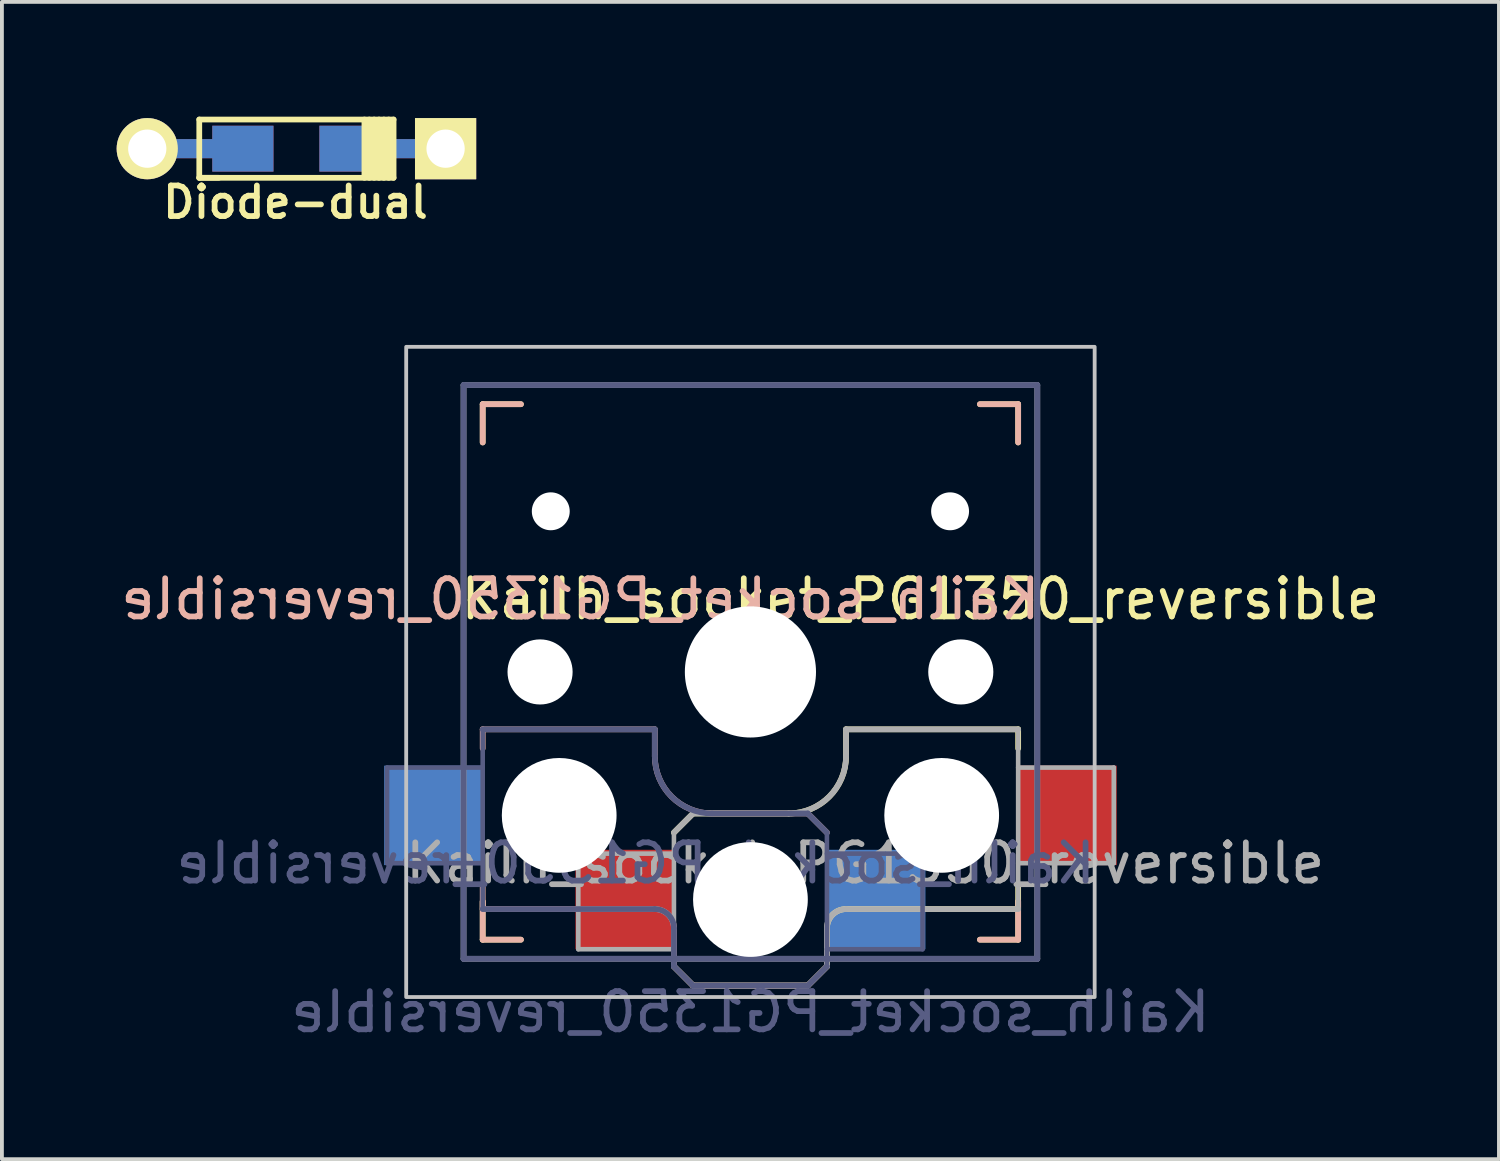
<source format=kicad_pcb>
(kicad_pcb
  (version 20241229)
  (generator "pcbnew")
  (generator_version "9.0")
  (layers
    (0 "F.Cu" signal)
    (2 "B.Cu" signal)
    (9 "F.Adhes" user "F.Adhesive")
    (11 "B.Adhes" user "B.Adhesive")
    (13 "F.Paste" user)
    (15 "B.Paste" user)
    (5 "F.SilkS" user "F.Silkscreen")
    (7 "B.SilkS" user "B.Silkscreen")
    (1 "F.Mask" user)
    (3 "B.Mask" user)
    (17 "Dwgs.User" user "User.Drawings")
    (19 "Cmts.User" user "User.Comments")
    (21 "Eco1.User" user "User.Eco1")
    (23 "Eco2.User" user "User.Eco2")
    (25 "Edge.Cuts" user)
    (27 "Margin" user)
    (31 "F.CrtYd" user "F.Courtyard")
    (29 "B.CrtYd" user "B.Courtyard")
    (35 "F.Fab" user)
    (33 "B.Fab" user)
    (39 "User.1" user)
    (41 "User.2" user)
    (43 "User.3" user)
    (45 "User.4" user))
  (footprint "Kailh_socket_PG1350_reversible"
    (layer "F.Cu")
    (at 16.57 14.518)
    (property "Reference" "Kailh_socket_PG1350_reversible" (at 4.445 -1.905 0) (layer "F.SilkS") (effects (font (size 1 1) (thickness 0.15))))
    (property "Value" "Kailh_socket_PG1350_reversible" (at 0 8.89 0) (layer "F.Fab") (hide yes) (effects (font (size 1 1) (thickness 0.15))))
    (attr smd)
    (fp_line (start -7 -7) (end -6 -7) (stroke (width 0.15) (type solid)) (layer "F.SilkS"))
    (fp_line (start -7 -6) (end -7 -7) (stroke (width 0.15) (type solid)) (layer "F.SilkS"))
    (fp_line (start -7 7) (end -7 6) (stroke (width 0.15) (type solid)) (layer "F.SilkS"))
    (fp_line (start -6 7) (end -7 7) (stroke (width 0.15) (type solid)) (layer "F.SilkS"))
    (fp_line (start -2 4.2) (end -1.5 3.7) (stroke (width 0.15) (type solid)) (layer "F.SilkS"))
    (fp_line (start -2 7.7) (end -1.5 8.2) (stroke (width 0.15) (type solid)) (layer "F.SilkS"))
    (fp_line (start -1.5 3.7) (end 1 3.7) (stroke (width 0.15) (type solid)) (layer "F.SilkS"))
    (fp_line (start -1.5 8.2) (end 1.5 8.2) (stroke (width 0.15) (type solid)) (layer "F.SilkS"))
    (fp_line (start 1.5 8.2) (end 2 7.7) (stroke (width 0.15) (type solid)) (layer "F.SilkS"))
    (fp_line (start 2 6.7) (end 2 7.7) (stroke (width 0.15) (type solid)) (layer "F.SilkS"))
    (fp_line (start 2.5 1.5) (end 7 1.5) (stroke (width 0.15) (type solid)) (layer "F.SilkS"))
    (fp_line (start 2.5 2.2) (end 2.5 1.5) (stroke (width 0.15) (type solid)) (layer "F.SilkS"))
    (fp_line (start 6 -7) (end 7 -7) (stroke (width 0.15) (type solid)) (layer "F.SilkS"))
    (fp_line (start 7 -7) (end 7 -6) (stroke (width 0.15) (type solid)) (layer "F.SilkS"))
    (fp_line (start 7 1.5) (end 7 2) (stroke (width 0.15) (type solid)) (layer "F.SilkS"))
    (fp_line (start 7 5.6) (end 7 6.2) (stroke (width 0.15) (type solid)) (layer "F.SilkS"))
    (fp_line (start 7 6) (end 7 7) (stroke (width 0.15) (type solid)) (layer "F.SilkS"))
    (fp_line (start 7 6.2) (end 2.5 6.2) (stroke (width 0.15) (type solid)) (layer "F.SilkS"))
    (fp_line (start 7 7) (end 6 7) (stroke (width 0.15) (type solid)) (layer "F.SilkS"))
    (fp_arc (start 2 6.7) (mid 2.146447 6.346447) (end 2.5 6.2) (stroke (width 0.15) (type solid)) (layer "F.SilkS"))
    (fp_arc (start 2.5 2.2) (mid 2.06066 3.26066) (end 1 3.7) (stroke (width 0.15) (type solid)) (layer "F.SilkS"))
    (fp_line (start -7 -7) (end -6 -7) (stroke (width 0.15) (type solid)) (layer "B.SilkS"))
    (fp_line (start -7 -6) (end -7 -7) (stroke (width 0.15) (type solid)) (layer "B.SilkS"))
    (fp_line (start -7 1.5) (end -7 2) (stroke (width 0.15) (type solid)) (layer "B.SilkS"))
    (fp_line (start -7 5.6) (end -7 6.2) (stroke (width 0.15) (type solid)) (layer "B.SilkS"))
    (fp_line (start -7 6.2) (end -2.5 6.2) (stroke (width 0.15) (type solid)) (layer "B.SilkS"))
    (fp_line (start -7 7) (end -7 6) (stroke (width 0.15) (type solid)) (layer "B.SilkS"))
    (fp_line (start -6 7) (end -7 7) (stroke (width 0.15) (type solid)) (layer "B.SilkS"))
    (fp_line (start -2.5 1.5) (end -7 1.5) (stroke (width 0.15) (type solid)) (layer "B.SilkS"))
    (fp_line (start -2.5 2.2) (end -2.5 1.5) (stroke (width 0.15) (type solid)) (layer "B.SilkS"))
    (fp_line (start -2 6.7) (end -2 7.7) (stroke (width 0.15) (type solid)) (layer "B.SilkS"))
    (fp_line (start -1.5 8.2) (end -2 7.7) (stroke (width 0.15) (type solid)) (layer "B.SilkS"))
    (fp_line (start 1.5 3.7) (end -1 3.7) (stroke (width 0.15) (type solid)) (layer "B.SilkS"))
    (fp_line (start 1.5 8.2) (end -1.5 8.2) (stroke (width 0.15) (type solid)) (layer "B.SilkS"))
    (fp_line (start 2 4.2) (end 1.5 3.7) (stroke (width 0.15) (type solid)) (layer "B.SilkS"))
    (fp_line (start 2 7.7) (end 1.5 8.2) (stroke (width 0.15) (type solid)) (layer "B.SilkS"))
    (fp_line (start 6 -7) (end 7 -7) (stroke (width 0.15) (type solid)) (layer "B.SilkS"))
    (fp_line (start 7 -7) (end 7 -6) (stroke (width 0.15) (type solid)) (layer "B.SilkS"))
    (fp_line (start 7 6) (end 7 7) (stroke (width 0.15) (type solid)) (layer "B.SilkS"))
    (fp_line (start 7 7) (end 6 7) (stroke (width 0.15) (type solid)) (layer "B.SilkS"))
    (fp_arc (start -2.5 6.2) (mid -2.146447 6.346447) (end -2 6.7) (stroke (width 0.15) (type solid)) (layer "B.SilkS"))
    (fp_arc (start -1 3.7) (mid -2.06066 3.26066) (end -2.5 2.2) (stroke (width 0.15) (type solid)) (layer "B.SilkS"))
    (fp_rect (start -9 -8.5) (end 9 8.5) (stroke (width 0.1) (type default)) (fill no) (layer "Dwgs.User"))
    (fp_line (start -6.9 6.9) (end -6.9 -6.9) (stroke (width 0.15) (type solid)) (layer "Eco2.User"))
    (fp_line (start -6.9 6.9) (end 6.9 6.9) (stroke (width 0.15) (type solid)) (layer "Eco2.User"))
    (fp_line (start -2.6 -3.1) (end -2.6 -6.3) (stroke (width 0.15) (type solid)) (layer "Eco2.User"))
    (fp_line (start -2.6 -3.1) (end 2.6 -3.1) (stroke (width 0.15) (type solid)) (layer "Eco2.User"))
    (fp_line (start 2.6 -6.3) (end -2.6 -6.3) (stroke (width 0.15) (type solid)) (layer "Eco2.User"))
    (fp_line (start 2.6 -3.1) (end 2.6 -6.3) (stroke (width 0.15) (type solid)) (layer "Eco2.User"))
    (fp_line (start 6.9 -6.9) (end -6.9 -6.9) (stroke (width 0.15) (type solid)) (layer "Eco2.User"))
    (fp_line (start 6.9 -6.9) (end 6.9 6.9) (stroke (width 0.15) (type solid)) (layer "Eco2.User"))
    (fp_line (start -9.5 2.5) (end -7 2.5) (stroke (width 0.12) (type solid)) (layer "B.Fab"))
    (fp_line (start -9.5 5) (end -9.5 2.5) (stroke (width 0.12) (type solid)) (layer "B.Fab"))
    (fp_line (start -7.5 -7.5) (end 7.5 -7.5) (stroke (width 0.15) (type solid)) (layer "B.Fab"))
    (fp_line (start -7.5 7.5) (end -7.5 -7.5) (stroke (width 0.15) (type solid)) (layer "B.Fab"))
    (fp_line (start -7 1.5) (end -7 6.2) (stroke (width 0.12) (type solid)) (layer "B.Fab"))
    (fp_line (start -7 5) (end -9.5 5) (stroke (width 0.12) (type solid)) (layer "B.Fab"))
    (fp_line (start -7 6.2) (end -2.5 6.2) (stroke (width 0.15) (type solid)) (layer "B.Fab"))
    (fp_line (start -2.5 1.5) (end -7 1.5) (stroke (width 0.15) (type solid)) (layer "B.Fab"))
    (fp_line (start -2.5 2.2) (end -2.5 1.5) (stroke (width 0.15) (type solid)) (layer "B.Fab"))
    (fp_line (start -2 6.7) (end -2 7.7) (stroke (width 0.15) (type solid)) (layer "B.Fab"))
    (fp_line (start -1.5 8.2) (end -2 7.7) (stroke (width 0.15) (type solid)) (layer "B.Fab"))
    (fp_line (start 1.5 3.7) (end -1 3.7) (stroke (width 0.15) (type solid)) (layer "B.Fab"))
    (fp_line (start 1.5 8.2) (end -1.5 8.2) (stroke (width 0.15) (type solid)) (layer "B.Fab"))
    (fp_line (start 2 4.2) (end 1.5 3.7) (stroke (width 0.15) (type solid)) (layer "B.Fab"))
    (fp_line (start 2 4.25) (end 2 7.7) (stroke (width 0.12) (type solid)) (layer "B.Fab"))
    (fp_line (start 2 4.75) (end 4.5 4.75) (stroke (width 0.12) (type solid)) (layer "B.Fab"))
    (fp_line (start 2 7.7) (end 1.5 8.2) (stroke (width 0.15) (type solid)) (layer "B.Fab"))
    (fp_line (start 4.5 4.75) (end 4.5 7.25) (stroke (width 0.12) (type solid)) (layer "B.Fab"))
    (fp_line (start 4.5 7.25) (end 2 7.25) (stroke (width 0.12) (type solid)) (layer "B.Fab"))
    (fp_line (start 7.5 -7.5) (end 7.5 7.5) (stroke (width 0.15) (type solid)) (layer "B.Fab"))
    (fp_line (start 7.5 7.5) (end -7.5 7.5) (stroke (width 0.15) (type solid)) (layer "B.Fab"))
    (fp_arc (start -2.5 6.2) (mid -2.146447 6.346447) (end -2 6.7) (stroke (width 0.15) (type solid)) (layer "B.Fab"))
    (fp_arc (start -1 3.7) (mid -2.06066 3.26066) (end -2.5 2.2) (stroke (width 0.15) (type solid)) (layer "B.Fab"))
    (fp_line (start -7.5 -7.5) (end 7.5 -7.5) (stroke (width 0.15) (type solid)) (layer "F.Fab"))
    (fp_line (start -7.5 7.5) (end -7.5 -7.5) (stroke (width 0.15) (type solid)) (layer "F.Fab"))
    (fp_line (start -4.5 4.75) (end -4.5 7.25) (stroke (width 0.12) (type solid)) (layer "F.Fab"))
    (fp_line (start -4.5 7.25) (end -2 7.25) (stroke (width 0.12) (type solid)) (layer "F.Fab"))
    (fp_line (start -2 4.2) (end -1.5 3.7) (stroke (width 0.15) (type solid)) (layer "F.Fab"))
    (fp_line (start -2 4.25) (end -2 7.7) (stroke (width 0.12) (type solid)) (layer "F.Fab"))
    (fp_line (start -2 4.75) (end -4.5 4.75) (stroke (width 0.12) (type solid)) (layer "F.Fab"))
    (fp_line (start -2 7.7) (end -1.5 8.2) (stroke (width 0.15) (type solid)) (layer "F.Fab"))
    (fp_line (start -1.5 3.7) (end 1 3.7) (stroke (width 0.15) (type solid)) (layer "F.Fab"))
    (fp_line (start -1.5 8.2) (end 1.5 8.2) (stroke (width 0.15) (type solid)) (layer "F.Fab"))
    (fp_line (start 1.5 8.2) (end 2 7.7) (stroke (width 0.15) (type solid)) (layer "F.Fab"))
    (fp_line (start 2 6.7) (end 2 7.7) (stroke (width 0.15) (type solid)) (layer "F.Fab"))
    (fp_line (start 2.5 1.5) (end 7 1.5) (stroke (width 0.15) (type solid)) (layer "F.Fab"))
    (fp_line (start 2.5 2.2) (end 2.5 1.5) (stroke (width 0.15) (type solid)) (layer "F.Fab"))
    (fp_line (start 7 1.5) (end 7 6.2) (stroke (width 0.12) (type solid)) (layer "F.Fab"))
    (fp_line (start 7 5) (end 9.5 5) (stroke (width 0.12) (type solid)) (layer "F.Fab"))
    (fp_line (start 7 6.2) (end 2.5 6.2) (stroke (width 0.15) (type solid)) (layer "F.Fab"))
    (fp_line (start 7.5 -7.5) (end 7.5 7.5) (stroke (width 0.15) (type solid)) (layer "F.Fab"))
    (fp_line (start 7.5 7.5) (end -7.5 7.5) (stroke (width 0.15) (type solid)) (layer "F.Fab"))
    (fp_line (start 9.5 2.5) (end 7 2.5) (stroke (width 0.12) (type solid)) (layer "F.Fab"))
    (fp_line (start 9.5 5) (end 9.5 2.5) (stroke (width 0.12) (type solid)) (layer "F.Fab"))
    (fp_arc (start 2 6.7) (mid 2.146447 6.346447) (end 2.5 6.2) (stroke (width 0.15) (type solid)) (layer "F.Fab"))
    (fp_arc (start 2.5 2.2) (mid 2.06066 3.26066) (end 1 3.7) (stroke (width 0.15) (type solid)) (layer "F.Fab"))
    (fp_text user "${REFERENCE}" (at -4.445 -1.905 0) (layer "B.SilkS") (effects (font (size 1 1) (thickness 0.15)) (justify mirror)))
    (fp_text user "${REFERENCE}" (at -3 5 0) (layer "B.Fab") (effects (font (size 1 1) (thickness 0.15)) (justify mirror)))
    (fp_text user "${VALUE}" (at 0 8.89 0) (layer "B.Fab") (effects (font (size 1 1) (thickness 0.15)) (justify mirror)))
    (fp_text user "${REFERENCE}" (at 3 5 180) (layer "F.Fab") (effects (font (size 1 1) (thickness 0.15))))
    (pad "" np_thru_hole circle (at -5.5 0) (size 1.702 1.702) (drill 1.702) (layers "*.Cu" "*.Mask"))
    (pad "" np_thru_hole circle (at -5.22 -4.2) (size 0.991 0.991) (drill 0.991) (layers "*.Cu" "*.Mask"))
    (pad "" np_thru_hole circle (at -5 3.75) (size 3 3) (drill 3) (layers "*.Cu" "*.Mask"))
    (pad "" np_thru_hole circle (at 0 0) (size 3.429 3.429) (drill 3.429) (layers "*.Cu" "*.Mask"))
    (pad "" np_thru_hole circle (at 0 5.95) (size 3 3) (drill 3) (layers "*.Cu" "*.Mask"))
    (pad "" np_thru_hole circle (at 5 3.75) (size 3 3) (drill 3) (layers "*.Cu" "*.Mask"))
    (pad "" np_thru_hole circle (at 5.22 -4.2) (size 0.991 0.991) (drill 0.991) (layers "*.Cu" "*.Mask"))
    (pad "" np_thru_hole circle (at 5.5 0) (size 1.702 1.702) (drill 1.702) (layers "*.Cu" "*.Mask"))
    (pad "1" smd rect (at -3.275 5.95) (size 2.6 2.6) (layers "F.Cu" "F.Mask" "F.Paste"))
    (pad "1" smd rect (at 3.275 5.95) (size 2.6 2.6) (layers "B.Cu" "B.Mask" "B.Paste"))
    (pad "2" smd rect (at -8.275 3.75) (size 2.6 2.6) (layers "B.Cu" "B.Mask" "B.Paste"))
    (pad "2" smd rect (at 8.275 3.75) (size 2.6 2.6) (layers "F.Cu" "F.Mask" "F.Paste")))
  (footprint "Diode-dual"
    (layer "F.Cu")
    (at 4.7 0.837)
    (property "Reference" "Diode-dual" (at -0.025 1.4 0) (layer "F.SilkS") (effects (font (size 0.8 0.8) (thickness 0.15))))
    (attr smd)
    (fp_line (start -2.54 -0.762) (end -2.54 0.762) (stroke (width 0.15) (type solid)) (layer "F.SilkS"))
    (fp_line (start -2.54 0.762) (end -2.032 0.762) (stroke (width 0.15) (type solid)) (layer "F.SilkS"))
    (fp_line (start -2.54 0.762) (end 2.54 0.762) (stroke (width 0.15) (type solid)) (layer "F.SilkS"))
    (fp_line (start 1.778 0.762) (end 1.778 -0.762) (stroke (width 0.15) (type solid)) (layer "F.SilkS"))
    (fp_line (start 1.905 0.762) (end 1.905 -0.762) (stroke (width 0.15) (type solid)) (layer "F.SilkS"))
    (fp_line (start 2.032 -0.762) (end 2.032 0.762) (stroke (width 0.15) (type solid)) (layer "F.SilkS"))
    (fp_line (start 2.159 0.762) (end 2.159 -0.762) (stroke (width 0.15) (type solid)) (layer "F.SilkS"))
    (fp_line (start 2.286 -0.762) (end 2.286 0.762) (stroke (width 0.15) (type solid)) (layer "F.SilkS"))
    (fp_line (start 2.413 0.762) (end 2.413 -0.762) (stroke (width 0.15) (type solid)) (layer "F.SilkS"))
    (fp_line (start 2.54 -0.762) (end -2.54 -0.762) (stroke (width 0.15) (type solid)) (layer "F.SilkS"))
    (fp_line (start 2.54 0.762) (end 2.54 -0.762) (stroke (width 0.15) (type solid)) (layer "F.SilkS"))
    (pad "1" smd rect (at 1.4 0) (size 1.6 1.2) (layers "F.Cu" "F.Mask" "F.Paste"))
    (pad "1" smd rect (at 1.4 0) (size 1.6 1.2) (layers "B.Cu" "B.Mask" "B.Paste"))
    (pad "1" smd rect (at 2.5 0) (size 2.9 0.5) (layers "F.Cu"))
    (pad "1" smd rect (at 2.5 0) (size 2.9 0.5) (layers "B.Cu"))
    (pad "1" thru_hole rect (at 3.9 0) (size 1.6 1.6) (drill 1) (layers "*.Cu" "*.Mask" "F.SilkS"))
    (pad "2" thru_hole circle (at -3.9 0) (size 1.6 1.6) (drill 1) (layers "*.Cu" "*.Mask" "F.SilkS"))
    (pad "2" smd rect (at -2.5 0) (size 2.9 0.5) (layers "F.Cu"))
    (pad "2" smd rect (at -2.5 0) (size 2.9 0.5) (layers "B.Cu"))
    (pad "2" smd rect (at -1.4 0) (size 1.6 1.2) (layers "F.Cu" "F.Mask" "F.Paste"))
    (pad "2" smd rect (at -1.4 0) (size 1.6 1.2) (layers "B.Cu" "B.Mask" "B.Paste")))
  (gr_rect
    (start -3 -3)
    (end 36.14 27.256)
    (stroke (width 0.1) (type default))
    (fill no)
    (layer "Edge.Cuts")))
</source>
